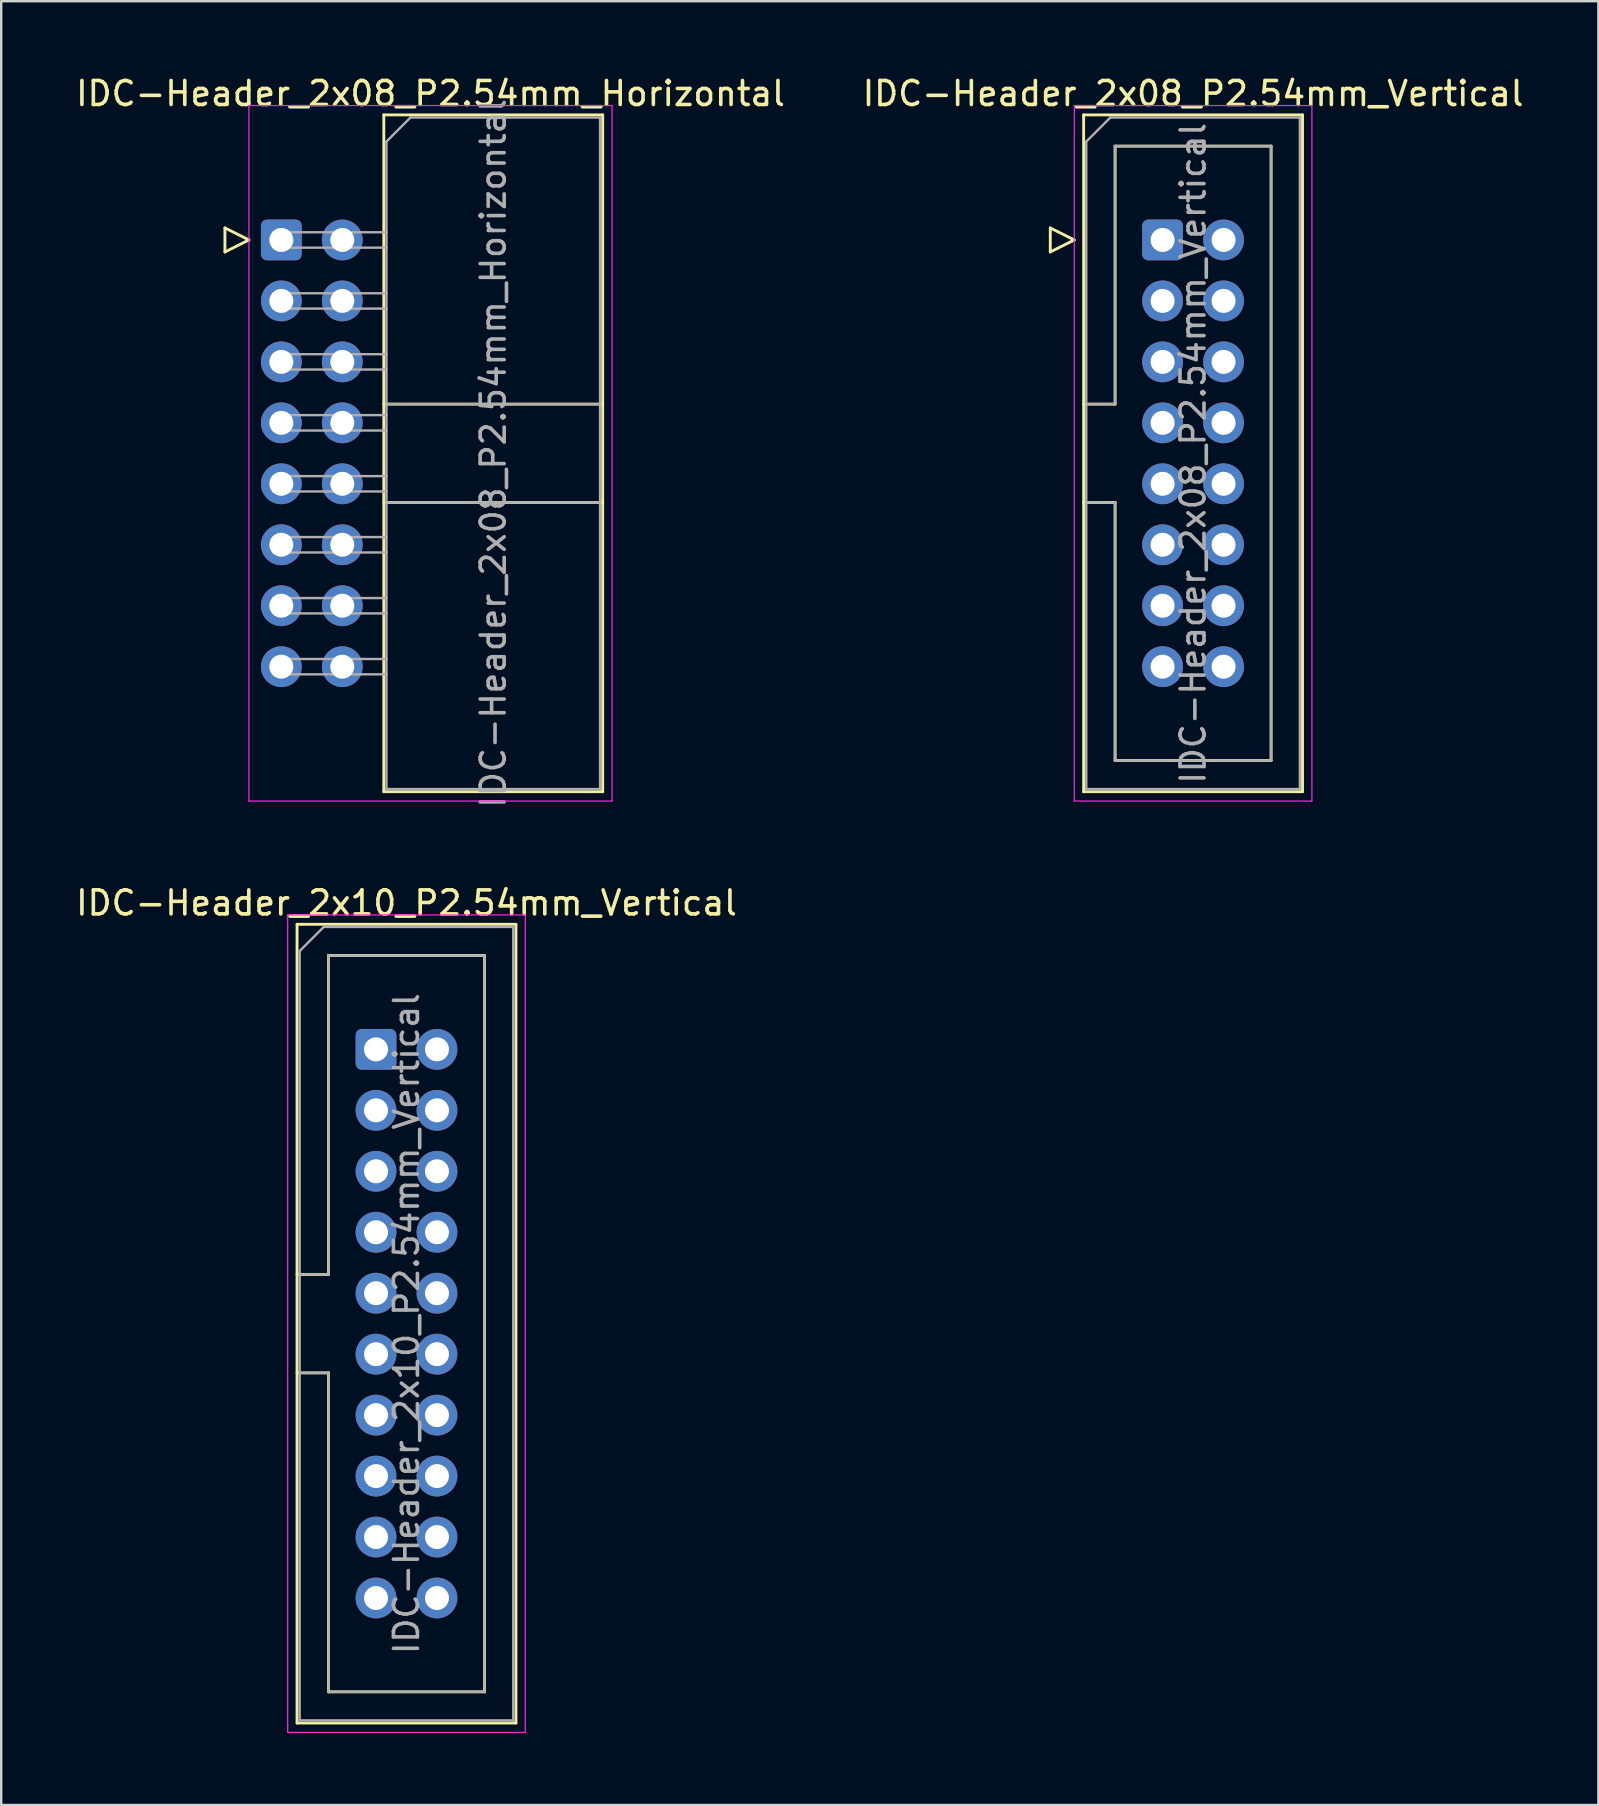
<source format=kicad_pcb>
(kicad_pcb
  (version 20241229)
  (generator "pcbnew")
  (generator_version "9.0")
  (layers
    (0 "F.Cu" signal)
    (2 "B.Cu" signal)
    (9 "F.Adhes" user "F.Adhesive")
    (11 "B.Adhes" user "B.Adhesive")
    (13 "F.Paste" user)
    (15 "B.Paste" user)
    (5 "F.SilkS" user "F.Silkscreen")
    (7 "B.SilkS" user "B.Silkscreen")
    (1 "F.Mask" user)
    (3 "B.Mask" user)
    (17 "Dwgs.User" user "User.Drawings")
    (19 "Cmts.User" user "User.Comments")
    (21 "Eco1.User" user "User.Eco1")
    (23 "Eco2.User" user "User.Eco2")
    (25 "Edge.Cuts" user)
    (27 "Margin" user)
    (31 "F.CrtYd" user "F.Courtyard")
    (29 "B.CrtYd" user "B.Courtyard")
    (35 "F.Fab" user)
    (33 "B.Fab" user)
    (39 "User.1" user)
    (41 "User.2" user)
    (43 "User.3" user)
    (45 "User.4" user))
  (footprint "IDC-Header_2x10_P2.54mm_Vertical"
    (layer "F.Cu")
    (at 13.887 52.103)
    (property "Reference" "IDC-Header_2x10_P2.54mm_Vertical" (at 0 -17.53 0) (layer "F.SilkS") (effects (font (size 1 1) (thickness 0.15))))
    (attr through_hole)
    (fp_line (start -4.56 -16.64) (end 4.56 -16.64) (stroke (width 0.12) (type solid)) (layer "F.SilkS"))
    (fp_line (start -4.56 -2.05) (end -3.25 -2.05) (stroke (width 0.12) (type solid)) (layer "F.SilkS"))
    (fp_line (start -4.56 16.64) (end -4.56 -16.64) (stroke (width 0.12) (type solid)) (layer "F.SilkS"))
    (fp_line (start -3.25 -15.34) (end 3.25 -15.34) (stroke (width 0.12) (type solid)) (layer "F.SilkS"))
    (fp_line (start -3.25 -2.05) (end -3.25 -15.34) (stroke (width 0.12) (type solid)) (layer "F.SilkS"))
    (fp_line (start -3.25 2.05) (end -4.56 2.05) (stroke (width 0.12) (type solid)) (layer "F.SilkS"))
    (fp_line (start -3.25 2.05) (end -3.25 2.05) (stroke (width 0.12) (type solid)) (layer "F.SilkS"))
    (fp_line (start -3.25 15.34) (end -3.25 2.05) (stroke (width 0.12) (type solid)) (layer "F.SilkS"))
    (fp_line (start 3.25 -15.34) (end 3.25 15.34) (stroke (width 0.12) (type solid)) (layer "F.SilkS"))
    (fp_line (start 3.25 15.34) (end -3.25 15.34) (stroke (width 0.12) (type solid)) (layer "F.SilkS"))
    (fp_line (start 4.56 -16.64) (end 4.56 16.64) (stroke (width 0.12) (type solid)) (layer "F.SilkS"))
    (fp_line (start 4.56 16.64) (end -4.56 16.64) (stroke (width 0.12) (type solid)) (layer "F.SilkS"))
    (fp_line (start -4.95 -17.03) (end -4.95 17.03) (stroke (width 0.05) (type solid)) (layer "F.CrtYd"))
    (fp_line (start -4.95 17.03) (end 4.95 17.03) (stroke (width 0.05) (type solid)) (layer "F.CrtYd"))
    (fp_line (start 4.95 -17.03) (end -4.95 -17.03) (stroke (width 0.05) (type solid)) (layer "F.CrtYd"))
    (fp_line (start 4.95 17.03) (end 4.95 -17.03) (stroke (width 0.05) (type solid)) (layer "F.CrtYd"))
    (fp_line (start -4.45 -15.53) (end -3.45 -16.53) (stroke (width 0.1) (type solid)) (layer "F.Fab"))
    (fp_line (start -4.45 -2.05) (end -3.25 -2.05) (stroke (width 0.1) (type solid)) (layer "F.Fab"))
    (fp_line (start -4.45 16.53) (end -4.45 -15.53) (stroke (width 0.1) (type solid)) (layer "F.Fab"))
    (fp_line (start -3.45 -16.53) (end 4.45 -16.53) (stroke (width 0.1) (type solid)) (layer "F.Fab"))
    (fp_line (start -3.25 -15.34) (end 3.25 -15.34) (stroke (width 0.1) (type solid)) (layer "F.Fab"))
    (fp_line (start -3.25 -2.05) (end -3.25 -15.34) (stroke (width 0.1) (type solid)) (layer "F.Fab"))
    (fp_line (start -3.25 2.05) (end -4.45 2.05) (stroke (width 0.1) (type solid)) (layer "F.Fab"))
    (fp_line (start -3.25 2.05) (end -3.25 2.05) (stroke (width 0.1) (type solid)) (layer "F.Fab"))
    (fp_line (start -3.25 15.34) (end -3.25 2.05) (stroke (width 0.1) (type solid)) (layer "F.Fab"))
    (fp_line (start 3.25 -15.34) (end 3.25 15.34) (stroke (width 0.1) (type solid)) (layer "F.Fab"))
    (fp_line (start 3.25 15.34) (end -3.25 15.34) (stroke (width 0.1) (type solid)) (layer "F.Fab"))
    (fp_line (start 4.45 -16.53) (end 4.45 16.53) (stroke (width 0.1) (type solid)) (layer "F.Fab"))
    (fp_line (start 4.45 16.53) (end -4.45 16.53) (stroke (width 0.1) (type solid)) (layer "F.Fab"))
    (fp_text user "${REFERENCE}" (at 0 0 90) (layer "F.Fab") (effects (font (size 1 1) (thickness 0.15))))
    (pad "1" thru_hole roundrect (at -1.27 -11.43) (size 1.7 1.7) (drill 1) (layers "*.Cu" "*.Mask") (roundrect_rratio 0.147))
    (pad "2" thru_hole circle (at 1.27 -11.43) (size 1.7 1.7) (drill 1) (layers "*.Cu" "*.Mask"))
    (pad "3" thru_hole circle (at -1.27 -8.89) (size 1.7 1.7) (drill 1) (layers "*.Cu" "*.Mask"))
    (pad "4" thru_hole circle (at 1.27 -8.89) (size 1.7 1.7) (drill 1) (layers "*.Cu" "*.Mask"))
    (pad "5" thru_hole circle (at -1.27 -6.35) (size 1.7 1.7) (drill 1) (layers "*.Cu" "*.Mask"))
    (pad "6" thru_hole circle (at 1.27 -6.35) (size 1.7 1.7) (drill 1) (layers "*.Cu" "*.Mask"))
    (pad "7" thru_hole circle (at -1.27 -3.81) (size 1.7 1.7) (drill 1) (layers "*.Cu" "*.Mask"))
    (pad "8" thru_hole circle (at 1.27 -3.81) (size 1.7 1.7) (drill 1) (layers "*.Cu" "*.Mask"))
    (pad "9" thru_hole circle (at -1.27 -1.27) (size 1.7 1.7) (drill 1) (layers "*.Cu" "*.Mask"))
    (pad "10" thru_hole circle (at 1.27 -1.27) (size 1.7 1.7) (drill 1) (layers "*.Cu" "*.Mask"))
    (pad "11" thru_hole circle (at -1.27 1.27) (size 1.7 1.7) (drill 1) (layers "*.Cu" "*.Mask"))
    (pad "12" thru_hole circle (at 1.27 1.27) (size 1.7 1.7) (drill 1) (layers "*.Cu" "*.Mask"))
    (pad "13" thru_hole circle (at -1.27 3.81) (size 1.7 1.7) (drill 1) (layers "*.Cu" "*.Mask"))
    (pad "14" thru_hole circle (at 1.27 3.81) (size 1.7 1.7) (drill 1) (layers "*.Cu" "*.Mask"))
    (pad "15" thru_hole circle (at -1.27 6.35) (size 1.7 1.7) (drill 1) (layers "*.Cu" "*.Mask"))
    (pad "16" thru_hole circle (at 1.27 6.35) (size 1.7 1.7) (drill 1) (layers "*.Cu" "*.Mask"))
    (pad "17" thru_hole circle (at -1.27 8.89) (size 1.7 1.7) (drill 1) (layers "*.Cu" "*.Mask"))
    (pad "18" thru_hole circle (at 1.27 8.89) (size 1.7 1.7) (drill 1) (layers "*.Cu" "*.Mask"))
    (pad "19" thru_hole circle (at -1.27 11.43) (size 1.7 1.7) (drill 1) (layers "*.Cu" "*.Mask"))
    (pad "20" thru_hole circle (at 1.27 11.43) (size 1.7 1.7) (drill 1) (layers "*.Cu" "*.Mask")))
  (footprint "IDC-Header_2x08_P2.54mm_Vertical"
    (layer "F.Cu")
    (at 46.661 15.838)
    (property "Reference" "IDC-Header_2x08_P2.54mm_Vertical" (at 0 -14.99 0) (layer "F.SilkS") (effects (font (size 1 1) (thickness 0.15))))
    (attr through_hole)
    (fp_line (start -5.95 -9.39) (end -5.95 -8.39) (stroke (width 0.12) (type solid)) (layer "F.SilkS"))
    (fp_line (start -5.95 -8.39) (end -4.95 -8.89) (stroke (width 0.12) (type solid)) (layer "F.SilkS"))
    (fp_line (start -4.95 -8.89) (end -5.95 -9.39) (stroke (width 0.12) (type solid)) (layer "F.SilkS"))
    (fp_line (start -4.56 -14.1) (end 4.56 -14.1) (stroke (width 0.12) (type solid)) (layer "F.SilkS"))
    (fp_line (start -4.56 -2.05) (end -3.25 -2.05) (stroke (width 0.12) (type solid)) (layer "F.SilkS"))
    (fp_line (start -4.56 14.1) (end -4.56 -14.1) (stroke (width 0.12) (type solid)) (layer "F.SilkS"))
    (fp_line (start -3.25 -12.8) (end 3.25 -12.8) (stroke (width 0.12) (type solid)) (layer "F.SilkS"))
    (fp_line (start -3.25 -2.05) (end -3.25 -12.8) (stroke (width 0.12) (type solid)) (layer "F.SilkS"))
    (fp_line (start -3.25 2.05) (end -4.56 2.05) (stroke (width 0.12) (type solid)) (layer "F.SilkS"))
    (fp_line (start -3.25 2.05) (end -3.25 2.05) (stroke (width 0.12) (type solid)) (layer "F.SilkS"))
    (fp_line (start -3.25 12.8) (end -3.25 2.05) (stroke (width 0.12) (type solid)) (layer "F.SilkS"))
    (fp_line (start 3.25 -12.8) (end 3.25 12.8) (stroke (width 0.12) (type solid)) (layer "F.SilkS"))
    (fp_line (start 3.25 12.8) (end -3.25 12.8) (stroke (width 0.12) (type solid)) (layer "F.SilkS"))
    (fp_line (start 4.56 -14.1) (end 4.56 14.1) (stroke (width 0.12) (type solid)) (layer "F.SilkS"))
    (fp_line (start 4.56 14.1) (end -4.56 14.1) (stroke (width 0.12) (type solid)) (layer "F.SilkS"))
    (fp_line (start -4.95 -14.49) (end -4.95 14.49) (stroke (width 0.05) (type solid)) (layer "F.CrtYd"))
    (fp_line (start -4.95 14.49) (end 4.95 14.49) (stroke (width 0.05) (type solid)) (layer "F.CrtYd"))
    (fp_line (start 4.95 -14.49) (end -4.95 -14.49) (stroke (width 0.05) (type solid)) (layer "F.CrtYd"))
    (fp_line (start 4.95 14.49) (end 4.95 -14.49) (stroke (width 0.05) (type solid)) (layer "F.CrtYd"))
    (fp_line (start -4.45 -12.99) (end -3.45 -13.99) (stroke (width 0.1) (type solid)) (layer "F.Fab"))
    (fp_line (start -4.45 -2.05) (end -3.25 -2.05) (stroke (width 0.1) (type solid)) (layer "F.Fab"))
    (fp_line (start -4.45 13.99) (end -4.45 -12.99) (stroke (width 0.1) (type solid)) (layer "F.Fab"))
    (fp_line (start -3.45 -13.99) (end 4.45 -13.99) (stroke (width 0.1) (type solid)) (layer "F.Fab"))
    (fp_line (start -3.25 -12.8) (end 3.25 -12.8) (stroke (width 0.1) (type solid)) (layer "F.Fab"))
    (fp_line (start -3.25 -2.05) (end -3.25 -12.8) (stroke (width 0.1) (type solid)) (layer "F.Fab"))
    (fp_line (start -3.25 2.05) (end -4.45 2.05) (stroke (width 0.1) (type solid)) (layer "F.Fab"))
    (fp_line (start -3.25 2.05) (end -3.25 2.05) (stroke (width 0.1) (type solid)) (layer "F.Fab"))
    (fp_line (start -3.25 12.8) (end -3.25 2.05) (stroke (width 0.1) (type solid)) (layer "F.Fab"))
    (fp_line (start 3.25 -12.8) (end 3.25 12.8) (stroke (width 0.1) (type solid)) (layer "F.Fab"))
    (fp_line (start 3.25 12.8) (end -3.25 12.8) (stroke (width 0.1) (type solid)) (layer "F.Fab"))
    (fp_line (start 4.45 -13.99) (end 4.45 13.99) (stroke (width 0.1) (type solid)) (layer "F.Fab"))
    (fp_line (start 4.45 13.99) (end -4.45 13.99) (stroke (width 0.1) (type solid)) (layer "F.Fab"))
    (fp_text user "${REFERENCE}" (at 0 0 90) (layer "F.Fab") (effects (font (size 1 1) (thickness 0.15))))
    (pad "1" thru_hole roundrect (at -1.27 -8.89) (size 1.7 1.7) (drill 1) (layers "*.Cu" "*.Mask") (roundrect_rratio 0.147))
    (pad "2" thru_hole circle (at 1.27 -8.89) (size 1.7 1.7) (drill 1) (layers "*.Cu" "*.Mask"))
    (pad "3" thru_hole circle (at -1.27 -6.35 45) (size 1.7 1.7) (drill 1) (layers "*.Cu" "*.Mask"))
    (pad "4" thru_hole circle (at 1.27 -6.35) (size 1.7 1.7) (drill 1) (layers "*.Cu" "*.Mask"))
    (pad "5" thru_hole circle (at -1.27 -3.81) (size 1.7 1.7) (drill 1) (layers "*.Cu" "*.Mask"))
    (pad "6" thru_hole circle (at 1.27 -3.81) (size 1.7 1.7) (drill 1) (layers "*.Cu" "*.Mask"))
    (pad "7" thru_hole circle (at -1.27 -1.27) (size 1.7 1.7) (drill 1) (layers "*.Cu" "*.Mask"))
    (pad "8" thru_hole circle (at 1.27 -1.27) (size 1.7 1.7) (drill 1) (layers "*.Cu" "*.Mask"))
    (pad "9" thru_hole circle (at -1.27 1.27) (size 1.7 1.7) (drill 1) (layers "*.Cu" "*.Mask"))
    (pad "10" thru_hole circle (at 1.27 1.27) (size 1.7 1.7) (drill 1) (layers "*.Cu" "*.Mask"))
    (pad "11" thru_hole circle (at -1.27 3.81) (size 1.7 1.7) (drill 1) (layers "*.Cu" "*.Mask"))
    (pad "12" thru_hole circle (at 1.27 3.81) (size 1.7 1.7) (drill 1) (layers "*.Cu" "*.Mask"))
    (pad "13" thru_hole circle (at -1.27 6.35) (size 1.7 1.7) (drill 1) (layers "*.Cu" "*.Mask"))
    (pad "14" thru_hole circle (at 1.27 6.35) (size 1.7 1.7) (drill 1) (layers "*.Cu" "*.Mask"))
    (pad "15" thru_hole circle (at -1.27 8.89) (size 1.7 1.7) (drill 1) (layers "*.Cu" "*.Mask"))
    (pad "16" thru_hole circle (at 1.27 8.89) (size 1.7 1.7) (drill 1) (layers "*.Cu" "*.Mask")))
  (footprint "IDC-Header_2x08_P2.54mm_Horizontal"
    (layer "F.Cu")
    (at 9.942 15.838)
    (property "Reference" "IDC-Header_2x08_P2.54mm_Horizontal" (at 4.945 -14.99 0) (layer "F.SilkS") (effects (font (size 1 1) (thickness 0.15))))
    (attr through_hole)
    (fp_line (start -3.62 -9.39) (end -3.62 -8.39) (stroke (width 0.12) (type solid)) (layer "F.SilkS"))
    (fp_line (start -3.62 -8.39) (end -2.62 -8.89) (stroke (width 0.12) (type solid)) (layer "F.SilkS"))
    (fp_line (start -2.62 -8.89) (end -3.62 -9.39) (stroke (width 0.12) (type solid)) (layer "F.SilkS"))
    (fp_line (start 3 -14.1) (end 12.12 -14.1) (stroke (width 0.12) (type solid)) (layer "F.SilkS"))
    (fp_line (start 3 -2.05) (end 12.12 -2.05) (stroke (width 0.12) (type solid)) (layer "F.SilkS"))
    (fp_line (start 3 2.05) (end 12.12 2.05) (stroke (width 0.12) (type solid)) (layer "F.SilkS"))
    (fp_line (start 3 14.1) (end 3 -14.1) (stroke (width 0.12) (type solid)) (layer "F.SilkS"))
    (fp_line (start 12.12 -14.1) (end 12.12 14.1) (stroke (width 0.12) (type solid)) (layer "F.SilkS"))
    (fp_line (start 12.12 14.1) (end 3 14.1) (stroke (width 0.12) (type solid)) (layer "F.SilkS"))
    (fp_line (start -2.62 -14.49) (end -2.62 14.49) (stroke (width 0.05) (type solid)) (layer "F.CrtYd"))
    (fp_line (start -2.62 14.49) (end 12.51 14.49) (stroke (width 0.05) (type solid)) (layer "F.CrtYd"))
    (fp_line (start 12.51 -14.49) (end -2.62 -14.49) (stroke (width 0.05) (type solid)) (layer "F.CrtYd"))
    (fp_line (start 12.51 14.49) (end 12.51 -14.49) (stroke (width 0.05) (type solid)) (layer "F.CrtYd"))
    (fp_line (start -1.59 -9.21) (end -1.59 -8.57) (stroke (width 0.1) (type solid)) (layer "F.Fab"))
    (fp_line (start -1.59 -8.57) (end 3.11 -8.57) (stroke (width 0.1) (type solid)) (layer "F.Fab"))
    (fp_line (start -1.59 -6.67) (end -1.59 -6.03) (stroke (width 0.1) (type solid)) (layer "F.Fab"))
    (fp_line (start -1.59 -6.03) (end 3.11 -6.03) (stroke (width 0.1) (type solid)) (layer "F.Fab"))
    (fp_line (start -1.59 -4.13) (end -1.59 -3.49) (stroke (width 0.1) (type solid)) (layer "F.Fab"))
    (fp_line (start -1.59 -3.49) (end 3.11 -3.49) (stroke (width 0.1) (type solid)) (layer "F.Fab"))
    (fp_line (start -1.59 -1.59) (end -1.59 -0.95) (stroke (width 0.1) (type solid)) (layer "F.Fab"))
    (fp_line (start -1.59 -0.95) (end 3.11 -0.95) (stroke (width 0.1) (type solid)) (layer "F.Fab"))
    (fp_line (start -1.59 0.95) (end -1.59 1.59) (stroke (width 0.1) (type solid)) (layer "F.Fab"))
    (fp_line (start -1.59 1.59) (end 3.11 1.59) (stroke (width 0.1) (type solid)) (layer "F.Fab"))
    (fp_line (start -1.59 3.49) (end -1.59 4.13) (stroke (width 0.1) (type solid)) (layer "F.Fab"))
    (fp_line (start -1.59 4.13) (end 3.11 4.13) (stroke (width 0.1) (type solid)) (layer "F.Fab"))
    (fp_line (start -1.59 6.03) (end -1.59 6.67) (stroke (width 0.1) (type solid)) (layer "F.Fab"))
    (fp_line (start -1.59 6.67) (end 3.11 6.67) (stroke (width 0.1) (type solid)) (layer "F.Fab"))
    (fp_line (start -1.59 8.57) (end -1.59 9.21) (stroke (width 0.1) (type solid)) (layer "F.Fab"))
    (fp_line (start -1.59 9.21) (end 3.11 9.21) (stroke (width 0.1) (type solid)) (layer "F.Fab"))
    (fp_line (start 3.11 -12.99) (end 4.11 -13.99) (stroke (width 0.1) (type solid)) (layer "F.Fab"))
    (fp_line (start 3.11 -9.21) (end -1.59 -9.21) (stroke (width 0.1) (type solid)) (layer "F.Fab"))
    (fp_line (start 3.11 -6.67) (end -1.59 -6.67) (stroke (width 0.1) (type solid)) (layer "F.Fab"))
    (fp_line (start 3.11 -4.13) (end -1.59 -4.13) (stroke (width 0.1) (type solid)) (layer "F.Fab"))
    (fp_line (start 3.11 -2.05) (end 12.01 -2.05) (stroke (width 0.1) (type solid)) (layer "F.Fab"))
    (fp_line (start 3.11 -1.59) (end -1.59 -1.59) (stroke (width 0.1) (type solid)) (layer "F.Fab"))
    (fp_line (start 3.11 0.95) (end -1.59 0.95) (stroke (width 0.1) (type solid)) (layer "F.Fab"))
    (fp_line (start 3.11 2.05) (end 12.01 2.05) (stroke (width 0.1) (type solid)) (layer "F.Fab"))
    (fp_line (start 3.11 3.49) (end -1.59 3.49) (stroke (width 0.1) (type solid)) (layer "F.Fab"))
    (fp_line (start 3.11 6.03) (end -1.59 6.03) (stroke (width 0.1) (type solid)) (layer "F.Fab"))
    (fp_line (start 3.11 8.57) (end -1.59 8.57) (stroke (width 0.1) (type solid)) (layer "F.Fab"))
    (fp_line (start 3.11 13.99) (end 3.11 -12.99) (stroke (width 0.1) (type solid)) (layer "F.Fab"))
    (fp_line (start 4.11 -13.99) (end 12.01 -13.99) (stroke (width 0.1) (type solid)) (layer "F.Fab"))
    (fp_line (start 12.01 -13.99) (end 12.01 13.99) (stroke (width 0.1) (type solid)) (layer "F.Fab"))
    (fp_line (start 12.01 13.99) (end 3.11 13.99) (stroke (width 0.1) (type solid)) (layer "F.Fab"))
    (fp_text user "${REFERENCE}" (at 7.56 0 90) (layer "F.Fab") (effects (font (size 1 1) (thickness 0.15))))
    (pad "1" thru_hole roundrect (at -1.27 -8.89) (size 1.7 1.7) (drill 1) (layers "*.Cu" "*.Mask") (roundrect_rratio 0.147))
    (pad "2" thru_hole circle (at 1.27 -8.89) (size 1.7 1.7) (drill 1) (layers "*.Cu" "*.Mask"))
    (pad "3" thru_hole circle (at -1.27 -6.35) (size 1.7 1.7) (drill 1) (layers "*.Cu" "*.Mask"))
    (pad "4" thru_hole circle (at 1.27 -6.35) (size 1.7 1.7) (drill 1) (layers "*.Cu" "*.Mask"))
    (pad "5" thru_hole circle (at -1.27 -3.81) (size 1.7 1.7) (drill 1) (layers "*.Cu" "*.Mask"))
    (pad "6" thru_hole circle (at 1.27 -3.81) (size 1.7 1.7) (drill 1) (layers "*.Cu" "*.Mask"))
    (pad "7" thru_hole circle (at -1.27 -1.27) (size 1.7 1.7) (drill 1) (layers "*.Cu" "*.Mask"))
    (pad "8" thru_hole circle (at 1.27 -1.27) (size 1.7 1.7) (drill 1) (layers "*.Cu" "*.Mask"))
    (pad "9" thru_hole circle (at -1.27 1.27) (size 1.7 1.7) (drill 1) (layers "*.Cu" "*.Mask"))
    (pad "10" thru_hole circle (at 1.27 1.27) (size 1.7 1.7) (drill 1) (layers "*.Cu" "*.Mask"))
    (pad "11" thru_hole circle (at -1.27 3.81) (size 1.7 1.7) (drill 1) (layers "*.Cu" "*.Mask"))
    (pad "12" thru_hole circle (at 1.27 3.81) (size 1.7 1.7) (drill 1) (layers "*.Cu" "*.Mask"))
    (pad "13" thru_hole circle (at -1.27 6.35) (size 1.7 1.7) (drill 1) (layers "*.Cu" "*.Mask"))
    (pad "14" thru_hole circle (at 1.27 6.35) (size 1.7 1.7) (drill 1) (layers "*.Cu" "*.Mask"))
    (pad "15" thru_hole circle (at -1.27 8.89) (size 1.7 1.7) (drill 1) (layers "*.Cu" "*.Mask"))
    (pad "16" thru_hole circle (at 1.27 8.89) (size 1.7 1.7) (drill 1) (layers "*.Cu" "*.Mask")))
  (gr_rect
    (start -3 -3)
    (end 63.548 72.158)
    (stroke (width 0.1) (type default))
    (fill no)
    (layer "Edge.Cuts")))
</source>
